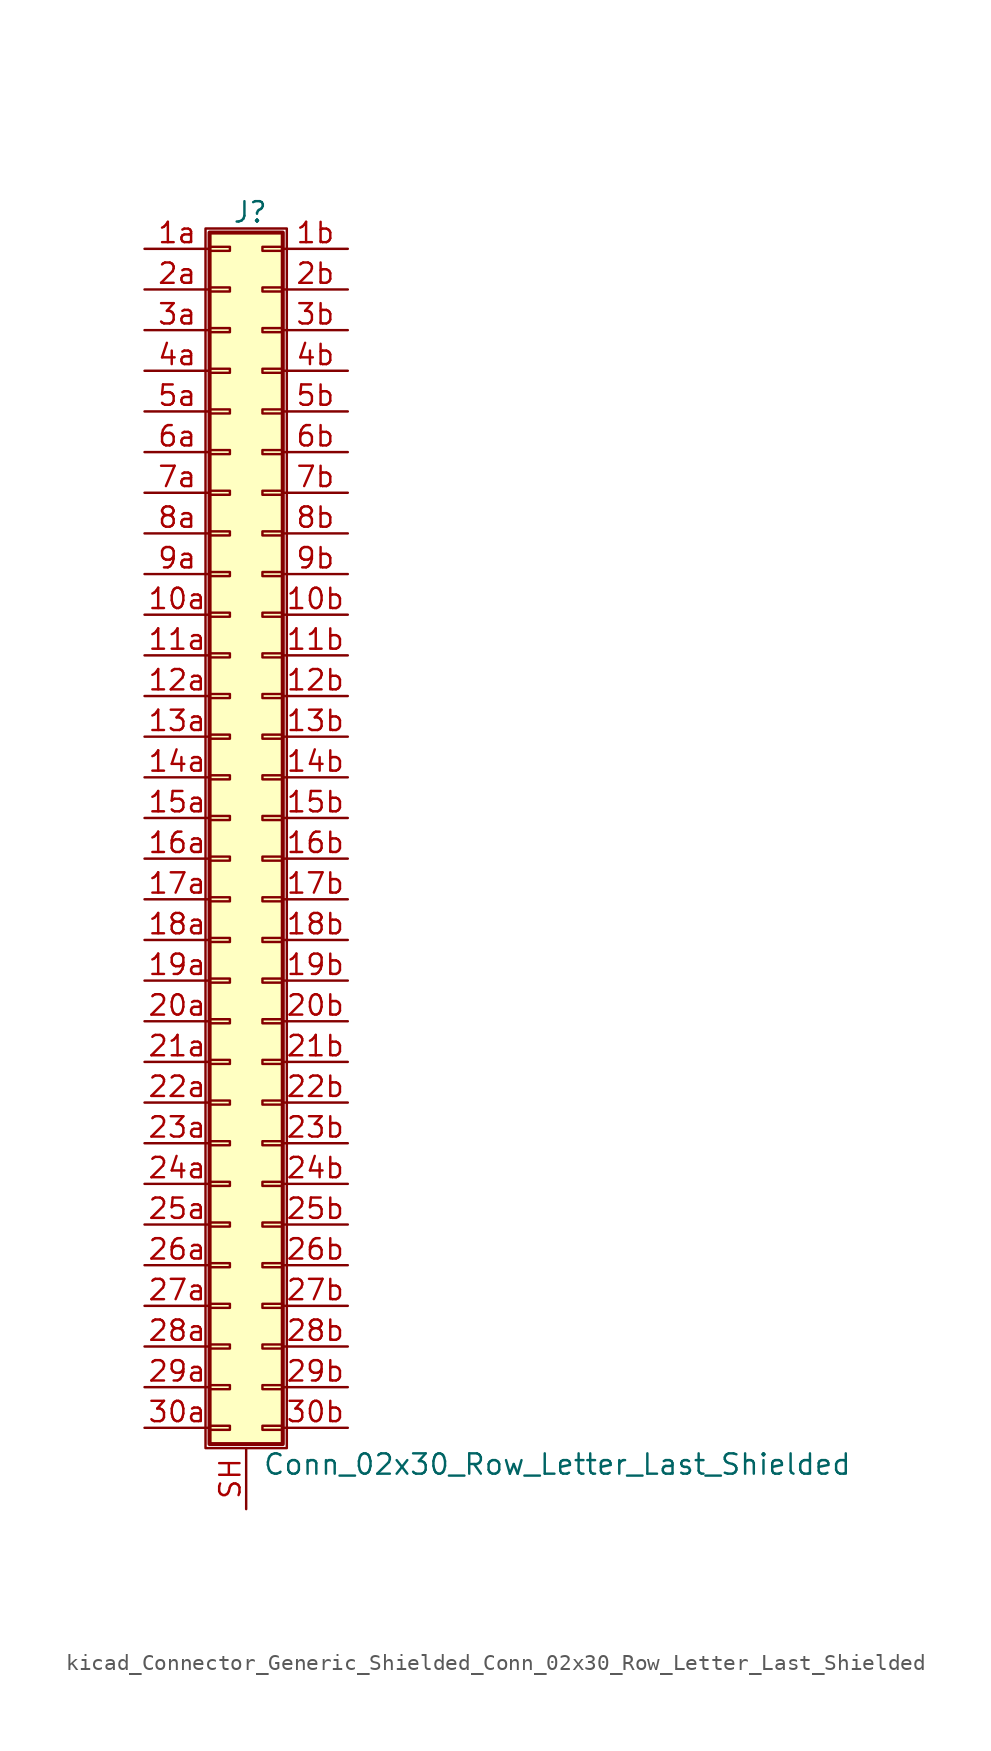
<source format=kicad_sym>
(kicad_symbol_lib
  (version 20220914)
  (generator kicad_symbol_editor)
  (symbol "kicad_Connector_Generic_Shielded_Conn_02x30_Row_Letter_Last_Shielded"
    (pin_names
      (offset 1.016) hide)
    (property "Reference" "J"
      (at 1.524 37.846 0)
      (effects (font (size 1.27 1.27))))
    (property "Value" "Conn_02x30_Row_Letter_Last_Shielded"
      (at 2.286 -40.386 0)
      (effects (font (size 1.27 1.27)) (justify left)))
    (symbol "kicad_Connector_Generic_Shielded_Conn_02x30_Row_Letter_Last_Shielded_1_1"
      (rectangle (start -1.27 36.83) (end 3.81 -39.37) (stroke (width 0.152) (type default)) (fill (type none)))
      (rectangle (start -1.016 -37.973) (end 0.254 -38.227) (stroke (width 0.152) (type default)) (fill (type none)))
      (rectangle (start -1.016 -35.433) (end 0.254 -35.687) (stroke (width 0.152) (type default)) (fill (type none)))
      (rectangle (start -1.016 -32.893) (end 0.254 -33.147) (stroke (width 0.152) (type default)) (fill (type none)))
      (rectangle (start -1.016 -30.353) (end 0.254 -30.607) (stroke (width 0.152) (type default)) (fill (type none)))
      (rectangle (start -1.016 -27.813) (end 0.254 -28.067) (stroke (width 0.152) (type default)) (fill (type none)))
      (rectangle (start -1.016 -25.273) (end 0.254 -25.527) (stroke (width 0.152) (type default)) (fill (type none)))
      (rectangle (start -1.016 -22.733) (end 0.254 -22.987) (stroke (width 0.152) (type default)) (fill (type none)))
      (rectangle (start -1.016 -20.193) (end 0.254 -20.447) (stroke (width 0.152) (type default)) (fill (type none)))
      (rectangle (start -1.016 -17.653) (end 0.254 -17.907) (stroke (width 0.152) (type default)) (fill (type none)))
      (rectangle (start -1.016 -15.113) (end 0.254 -15.367) (stroke (width 0.152) (type default)) (fill (type none)))
      (rectangle (start -1.016 -12.573) (end 0.254 -12.827) (stroke (width 0.152) (type default)) (fill (type none)))
      (rectangle (start -1.016 -10.033) (end 0.254 -10.287) (stroke (width 0.152) (type default)) (fill (type none)))
      (rectangle (start -1.016 -7.493) (end 0.254 -7.747) (stroke (width 0.152) (type default)) (fill (type none)))
      (rectangle (start -1.016 -4.953) (end 0.254 -5.207) (stroke (width 0.152) (type default)) (fill (type none)))
      (rectangle (start -1.016 -2.413) (end 0.254 -2.667) (stroke (width 0.152) (type default)) (fill (type none)))
      (rectangle (start -1.016 0.127) (end 0.254 -0.127) (stroke (width 0.152) (type default)) (fill (type none)))
      (rectangle (start -1.016 2.667) (end 0.254 2.413) (stroke (width 0.152) (type default)) (fill (type none)))
      (rectangle (start -1.016 5.207) (end 0.254 4.953) (stroke (width 0.152) (type default)) (fill (type none)))
      (rectangle (start -1.016 7.747) (end 0.254 7.493) (stroke (width 0.152) (type default)) (fill (type none)))
      (rectangle (start -1.016 10.287) (end 0.254 10.033) (stroke (width 0.152) (type default)) (fill (type none)))
      (rectangle (start -1.016 12.827) (end 0.254 12.573) (stroke (width 0.152) (type default)) (fill (type none)))
      (rectangle (start -1.016 15.367) (end 0.254 15.113) (stroke (width 0.152) (type default)) (fill (type none)))
      (rectangle (start -1.016 17.907) (end 0.254 17.653) (stroke (width 0.152) (type default)) (fill (type none)))
      (rectangle (start -1.016 20.447) (end 0.254 20.193) (stroke (width 0.152) (type default)) (fill (type none)))
      (rectangle (start -1.016 22.987) (end 0.254 22.733) (stroke (width 0.152) (type default)) (fill (type none)))
      (rectangle (start -1.016 25.527) (end 0.254 25.273) (stroke (width 0.152) (type default)) (fill (type none)))
      (rectangle (start -1.016 28.067) (end 0.254 27.813) (stroke (width 0.152) (type default)) (fill (type none)))
      (rectangle (start -1.016 30.607) (end 0.254 30.353) (stroke (width 0.152) (type default)) (fill (type none)))
      (rectangle (start -1.016 33.147) (end 0.254 32.893) (stroke (width 0.152) (type default)) (fill (type none)))
      (rectangle (start -1.016 35.687) (end 0.254 35.433) (stroke (width 0.152) (type default)) (fill (type none)))
      (rectangle (start -1.016 36.576) (end 3.556 -39.116) (stroke (width 0.254) (type default)) (fill (type background)))
      (rectangle (start 3.556 -37.973) (end 2.286 -38.227) (stroke (width 0.152) (type default)) (fill (type none)))
      (rectangle (start 3.556 -35.433) (end 2.286 -35.687) (stroke (width 0.152) (type default)) (fill (type none)))
      (rectangle (start 3.556 -32.893) (end 2.286 -33.147) (stroke (width 0.152) (type default)) (fill (type none)))
      (rectangle (start 3.556 -30.353) (end 2.286 -30.607) (stroke (width 0.152) (type default)) (fill (type none)))
      (rectangle (start 3.556 -27.813) (end 2.286 -28.067) (stroke (width 0.152) (type default)) (fill (type none)))
      (rectangle (start 3.556 -25.273) (end 2.286 -25.527) (stroke (width 0.152) (type default)) (fill (type none)))
      (rectangle (start 3.556 -22.733) (end 2.286 -22.987) (stroke (width 0.152) (type default)) (fill (type none)))
      (rectangle (start 3.556 -20.193) (end 2.286 -20.447) (stroke (width 0.152) (type default)) (fill (type none)))
      (rectangle (start 3.556 -17.653) (end 2.286 -17.907) (stroke (width 0.152) (type default)) (fill (type none)))
      (rectangle (start 3.556 -15.113) (end 2.286 -15.367) (stroke (width 0.152) (type default)) (fill (type none)))
      (rectangle (start 3.556 -12.573) (end 2.286 -12.827) (stroke (width 0.152) (type default)) (fill (type none)))
      (rectangle (start 3.556 -10.033) (end 2.286 -10.287) (stroke (width 0.152) (type default)) (fill (type none)))
      (rectangle (start 3.556 -7.493) (end 2.286 -7.747) (stroke (width 0.152) (type default)) (fill (type none)))
      (rectangle (start 3.556 -4.953) (end 2.286 -5.207) (stroke (width 0.152) (type default)) (fill (type none)))
      (rectangle (start 3.556 -2.413) (end 2.286 -2.667) (stroke (width 0.152) (type default)) (fill (type none)))
      (rectangle (start 3.556 0.127) (end 2.286 -0.127) (stroke (width 0.152) (type default)) (fill (type none)))
      (rectangle (start 3.556 2.667) (end 2.286 2.413) (stroke (width 0.152) (type default)) (fill (type none)))
      (rectangle (start 3.556 5.207) (end 2.286 4.953) (stroke (width 0.152) (type default)) (fill (type none)))
      (rectangle (start 3.556 7.747) (end 2.286 7.493) (stroke (width 0.152) (type default)) (fill (type none)))
      (rectangle (start 3.556 10.287) (end 2.286 10.033) (stroke (width 0.152) (type default)) (fill (type none)))
      (rectangle (start 3.556 12.827) (end 2.286 12.573) (stroke (width 0.152) (type default)) (fill (type none)))
      (rectangle (start 3.556 15.367) (end 2.286 15.113) (stroke (width 0.152) (type default)) (fill (type none)))
      (rectangle (start 3.556 17.907) (end 2.286 17.653) (stroke (width 0.152) (type default)) (fill (type none)))
      (rectangle (start 3.556 20.447) (end 2.286 20.193) (stroke (width 0.152) (type default)) (fill (type none)))
      (rectangle (start 3.556 22.987) (end 2.286 22.733) (stroke (width 0.152) (type default)) (fill (type none)))
      (rectangle (start 3.556 25.527) (end 2.286 25.273) (stroke (width 0.152) (type default)) (fill (type none)))
      (rectangle (start 3.556 28.067) (end 2.286 27.813) (stroke (width 0.152) (type default)) (fill (type none)))
      (rectangle (start 3.556 30.607) (end 2.286 30.353) (stroke (width 0.152) (type default)) (fill (type none)))
      (rectangle (start 3.556 33.147) (end 2.286 32.893) (stroke (width 0.152) (type default)) (fill (type none)))
      (rectangle (start 3.556 35.687) (end 2.286 35.433) (stroke (width 0.152) (type default)) (fill (type none)))
      (pin passive line (at -5.08 12.7 0) (length 4.064) (name "Pin_10a" (effects (font (size 1.27 1.27)))) (number "10a" (effects (font (size 1.27 1.27)))))
      (pin passive line (at 7.62 12.7 180) (length 4.064) (name "Pin_10b" (effects (font (size 1.27 1.27)))) (number "10b" (effects (font (size 1.27 1.27)))))
      (pin passive line (at -5.08 10.16 0) (length 4.064) (name "Pin_11a" (effects (font (size 1.27 1.27)))) (number "11a" (effects (font (size 1.27 1.27)))))
      (pin passive line (at 7.62 10.16 180) (length 4.064) (name "Pin_11b" (effects (font (size 1.27 1.27)))) (number "11b" (effects (font (size 1.27 1.27)))))
      (pin passive line (at -5.08 7.62 0) (length 4.064) (name "Pin_12a" (effects (font (size 1.27 1.27)))) (number "12a" (effects (font (size 1.27 1.27)))))
      (pin passive line (at 7.62 7.62 180) (length 4.064) (name "Pin_12b" (effects (font (size 1.27 1.27)))) (number "12b" (effects (font (size 1.27 1.27)))))
      (pin passive line (at -5.08 5.08 0) (length 4.064) (name "Pin_13a" (effects (font (size 1.27 1.27)))) (number "13a" (effects (font (size 1.27 1.27)))))
      (pin passive line (at 7.62 5.08 180) (length 4.064) (name "Pin_13b" (effects (font (size 1.27 1.27)))) (number "13b" (effects (font (size 1.27 1.27)))))
      (pin passive line (at -5.08 2.54 0) (length 4.064) (name "Pin_14a" (effects (font (size 1.27 1.27)))) (number "14a" (effects (font (size 1.27 1.27)))))
      (pin passive line (at 7.62 2.54 180) (length 4.064) (name "Pin_14b" (effects (font (size 1.27 1.27)))) (number "14b" (effects (font (size 1.27 1.27)))))
      (pin passive line (at -5.08 0 0) (length 4.064) (name "Pin_15a" (effects (font (size 1.27 1.27)))) (number "15a" (effects (font (size 1.27 1.27)))))
      (pin passive line (at 7.62 0 180) (length 4.064) (name "Pin_15b" (effects (font (size 1.27 1.27)))) (number "15b" (effects (font (size 1.27 1.27)))))
      (pin passive line (at -5.08 -2.54 0) (length 4.064) (name "Pin_16a" (effects (font (size 1.27 1.27)))) (number "16a" (effects (font (size 1.27 1.27)))))
      (pin passive line (at 7.62 -2.54 180) (length 4.064) (name "Pin_16b" (effects (font (size 1.27 1.27)))) (number "16b" (effects (font (size 1.27 1.27)))))
      (pin passive line (at -5.08 -5.08 0) (length 4.064) (name "Pin_17a" (effects (font (size 1.27 1.27)))) (number "17a" (effects (font (size 1.27 1.27)))))
      (pin passive line (at 7.62 -5.08 180) (length 4.064) (name "Pin_17b" (effects (font (size 1.27 1.27)))) (number "17b" (effects (font (size 1.27 1.27)))))
      (pin passive line (at -5.08 -7.62 0) (length 4.064) (name "Pin_18a" (effects (font (size 1.27 1.27)))) (number "18a" (effects (font (size 1.27 1.27)))))
      (pin passive line (at 7.62 -7.62 180) (length 4.064) (name "Pin_18b" (effects (font (size 1.27 1.27)))) (number "18b" (effects (font (size 1.27 1.27)))))
      (pin passive line (at -5.08 -10.16 0) (length 4.064) (name "Pin_19a" (effects (font (size 1.27 1.27)))) (number "19a" (effects (font (size 1.27 1.27)))))
      (pin passive line (at 7.62 -10.16 180) (length 4.064) (name "Pin_19b" (effects (font (size 1.27 1.27)))) (number "19b" (effects (font (size 1.27 1.27)))))
      (pin passive line (at -5.08 35.56 0) (length 4.064) (name "Pin_1a" (effects (font (size 1.27 1.27)))) (number "1a" (effects (font (size 1.27 1.27)))))
      (pin passive line (at 7.62 35.56 180) (length 4.064) (name "Pin_1b" (effects (font (size 1.27 1.27)))) (number "1b" (effects (font (size 1.27 1.27)))))
      (pin passive line (at -5.08 -12.7 0) (length 4.064) (name "Pin_20a" (effects (font (size 1.27 1.27)))) (number "20a" (effects (font (size 1.27 1.27)))))
      (pin passive line (at 7.62 -12.7 180) (length 4.064) (name "Pin_20b" (effects (font (size 1.27 1.27)))) (number "20b" (effects (font (size 1.27 1.27)))))
      (pin passive line (at -5.08 -15.24 0) (length 4.064) (name "Pin_21a" (effects (font (size 1.27 1.27)))) (number "21a" (effects (font (size 1.27 1.27)))))
      (pin passive line (at 7.62 -15.24 180) (length 4.064) (name "Pin_21b" (effects (font (size 1.27 1.27)))) (number "21b" (effects (font (size 1.27 1.27)))))
      (pin passive line (at -5.08 -17.78 0) (length 4.064) (name "Pin_22a" (effects (font (size 1.27 1.27)))) (number "22a" (effects (font (size 1.27 1.27)))))
      (pin passive line (at 7.62 -17.78 180) (length 4.064) (name "Pin_22b" (effects (font (size 1.27 1.27)))) (number "22b" (effects (font (size 1.27 1.27)))))
      (pin passive line (at -5.08 -20.32 0) (length 4.064) (name "Pin_23a" (effects (font (size 1.27 1.27)))) (number "23a" (effects (font (size 1.27 1.27)))))
      (pin passive line (at 7.62 -20.32 180) (length 4.064) (name "Pin_23b" (effects (font (size 1.27 1.27)))) (number "23b" (effects (font (size 1.27 1.27)))))
      (pin passive line (at -5.08 -22.86 0) (length 4.064) (name "Pin_24a" (effects (font (size 1.27 1.27)))) (number "24a" (effects (font (size 1.27 1.27)))))
      (pin passive line (at 7.62 -22.86 180) (length 4.064) (name "Pin_24b" (effects (font (size 1.27 1.27)))) (number "24b" (effects (font (size 1.27 1.27)))))
      (pin passive line (at -5.08 -25.4 0) (length 4.064) (name "Pin_25a" (effects (font (size 1.27 1.27)))) (number "25a" (effects (font (size 1.27 1.27)))))
      (pin passive line (at 7.62 -25.4 180) (length 4.064) (name "Pin_25b" (effects (font (size 1.27 1.27)))) (number "25b" (effects (font (size 1.27 1.27)))))
      (pin passive line (at -5.08 -27.94 0) (length 4.064) (name "Pin_26a" (effects (font (size 1.27 1.27)))) (number "26a" (effects (font (size 1.27 1.27)))))
      (pin passive line (at 7.62 -27.94 180) (length 4.064) (name "Pin_26b" (effects (font (size 1.27 1.27)))) (number "26b" (effects (font (size 1.27 1.27)))))
      (pin passive line (at -5.08 -30.48 0) (length 4.064) (name "Pin_27a" (effects (font (size 1.27 1.27)))) (number "27a" (effects (font (size 1.27 1.27)))))
      (pin passive line (at 7.62 -30.48 180) (length 4.064) (name "Pin_27b" (effects (font (size 1.27 1.27)))) (number "27b" (effects (font (size 1.27 1.27)))))
      (pin passive line (at -5.08 -33.02 0) (length 4.064) (name "Pin_28a" (effects (font (size 1.27 1.27)))) (number "28a" (effects (font (size 1.27 1.27)))))
      (pin passive line (at 7.62 -33.02 180) (length 4.064) (name "Pin_28b" (effects (font (size 1.27 1.27)))) (number "28b" (effects (font (size 1.27 1.27)))))
      (pin passive line (at -5.08 -35.56 0) (length 4.064) (name "Pin_29a" (effects (font (size 1.27 1.27)))) (number "29a" (effects (font (size 1.27 1.27)))))
      (pin passive line (at 7.62 -35.56 180) (length 4.064) (name "Pin_29b" (effects (font (size 1.27 1.27)))) (number "29b" (effects (font (size 1.27 1.27)))))
      (pin passive line (at -5.08 33.02 0) (length 4.064) (name "Pin_2a" (effects (font (size 1.27 1.27)))) (number "2a" (effects (font (size 1.27 1.27)))))
      (pin passive line (at 7.62 33.02 180) (length 4.064) (name "Pin_2b" (effects (font (size 1.27 1.27)))) (number "2b" (effects (font (size 1.27 1.27)))))
      (pin passive line (at -5.08 -38.1 0) (length 4.064) (name "Pin_30a" (effects (font (size 1.27 1.27)))) (number "30a" (effects (font (size 1.27 1.27)))))
      (pin passive line (at 7.62 -38.1 180) (length 4.064) (name "Pin_30b" (effects (font (size 1.27 1.27)))) (number "30b" (effects (font (size 1.27 1.27)))))
      (pin passive line (at -5.08 30.48 0) (length 4.064) (name "Pin_3a" (effects (font (size 1.27 1.27)))) (number "3a" (effects (font (size 1.27 1.27)))))
      (pin passive line (at 7.62 30.48 180) (length 4.064) (name "Pin_3b" (effects (font (size 1.27 1.27)))) (number "3b" (effects (font (size 1.27 1.27)))))
      (pin passive line (at -5.08 27.94 0) (length 4.064) (name "Pin_4a" (effects (font (size 1.27 1.27)))) (number "4a" (effects (font (size 1.27 1.27)))))
      (pin passive line (at 7.62 27.94 180) (length 4.064) (name "Pin_4b" (effects (font (size 1.27 1.27)))) (number "4b" (effects (font (size 1.27 1.27)))))
      (pin passive line (at -5.08 25.4 0) (length 4.064) (name "Pin_5a" (effects (font (size 1.27 1.27)))) (number "5a" (effects (font (size 1.27 1.27)))))
      (pin passive line (at 7.62 25.4 180) (length 4.064) (name "Pin_5b" (effects (font (size 1.27 1.27)))) (number "5b" (effects (font (size 1.27 1.27)))))
      (pin passive line (at -5.08 22.86 0) (length 4.064) (name "Pin_6a" (effects (font (size 1.27 1.27)))) (number "6a" (effects (font (size 1.27 1.27)))))
      (pin passive line (at 7.62 22.86 180) (length 4.064) (name "Pin_6b" (effects (font (size 1.27 1.27)))) (number "6b" (effects (font (size 1.27 1.27)))))
      (pin passive line (at -5.08 20.32 0) (length 4.064) (name "Pin_7a" (effects (font (size 1.27 1.27)))) (number "7a" (effects (font (size 1.27 1.27)))))
      (pin passive line (at 7.62 20.32 180) (length 4.064) (name "Pin_7b" (effects (font (size 1.27 1.27)))) (number "7b" (effects (font (size 1.27 1.27)))))
      (pin passive line (at -5.08 17.78 0) (length 4.064) (name "Pin_8a" (effects (font (size 1.27 1.27)))) (number "8a" (effects (font (size 1.27 1.27)))))
      (pin passive line (at 7.62 17.78 180) (length 4.064) (name "Pin_8b" (effects (font (size 1.27 1.27)))) (number "8b" (effects (font (size 1.27 1.27)))))
      (pin passive line (at -5.08 15.24 0) (length 4.064) (name "Pin_9a" (effects (font (size 1.27 1.27)))) (number "9a" (effects (font (size 1.27 1.27)))))
      (pin passive line (at 7.62 15.24 180) (length 4.064) (name "Pin_9b" (effects (font (size 1.27 1.27)))) (number "9b" (effects (font (size 1.27 1.27)))))
      (pin passive line (at 1.27 -43.18 90) (length 3.81) (name "Shield" (effects (font (size 1.27 1.27)))) (number "SH" (effects (font (size 1.27 1.27))))))))
</source>
